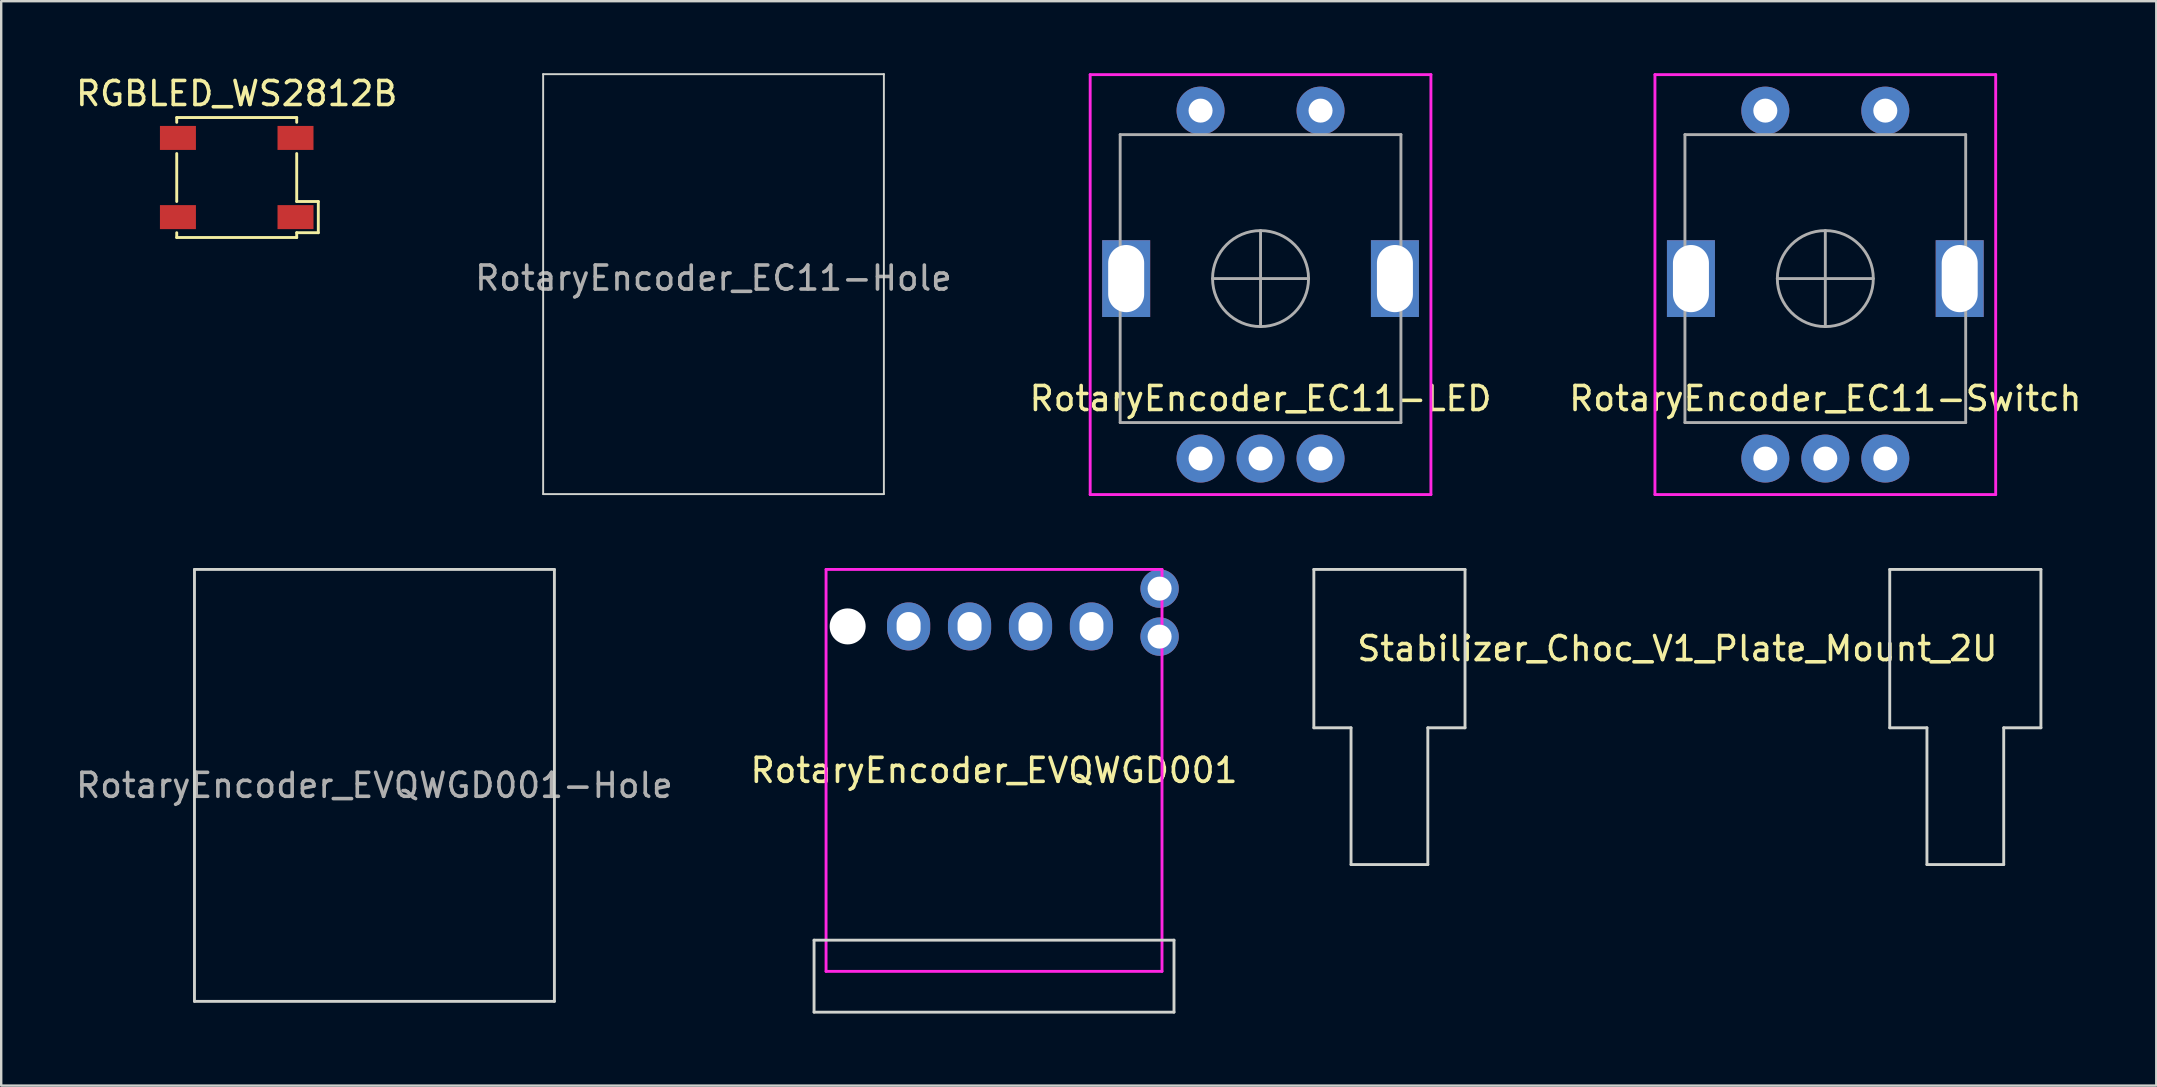
<source format=kicad_pcb>
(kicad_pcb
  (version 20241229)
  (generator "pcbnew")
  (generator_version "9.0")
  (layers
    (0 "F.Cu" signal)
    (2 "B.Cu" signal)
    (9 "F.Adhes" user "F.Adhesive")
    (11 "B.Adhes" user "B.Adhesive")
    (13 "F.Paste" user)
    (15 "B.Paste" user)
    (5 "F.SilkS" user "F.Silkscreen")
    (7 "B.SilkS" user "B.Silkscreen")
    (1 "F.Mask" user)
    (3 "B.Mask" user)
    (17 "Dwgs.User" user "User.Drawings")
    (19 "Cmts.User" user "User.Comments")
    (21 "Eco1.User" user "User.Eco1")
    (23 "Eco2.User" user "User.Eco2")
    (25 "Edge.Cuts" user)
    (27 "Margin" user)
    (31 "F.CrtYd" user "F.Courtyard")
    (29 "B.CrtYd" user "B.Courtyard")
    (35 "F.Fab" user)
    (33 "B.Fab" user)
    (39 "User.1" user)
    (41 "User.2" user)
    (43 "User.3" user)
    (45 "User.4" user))
  (footprint "RGBLED_WS2812B"
    (layer "F.Cu")
    (at 6.815 4.348)
    (property "Reference" "RGBLED_WS2812B" (at 0 -3.5 0) (layer "F.SilkS") (effects (font (size 1 1) (thickness 0.15))))
    (attr smd)
    (fp_line (start -2.5 -2.5) (end -2.5 -2.3) (stroke (width 0.12) (type solid)) (layer "F.SilkS"))
    (fp_line (start -2.5 -2.5) (end 2.5 -2.5) (stroke (width 0.12) (type solid)) (layer "F.SilkS"))
    (fp_line (start -2.5 -1) (end -2.5 1) (stroke (width 0.12) (type solid)) (layer "F.SilkS"))
    (fp_line (start -2.5 2.5) (end -2.5 2.3) (stroke (width 0.12) (type solid)) (layer "F.SilkS"))
    (fp_line (start 2.5 -2.5) (end 2.5 -2.3) (stroke (width 0.12) (type solid)) (layer "F.SilkS"))
    (fp_line (start 2.5 -1) (end 2.5 1) (stroke (width 0.12) (type solid)) (layer "F.SilkS"))
    (fp_line (start 2.5 1) (end 3.4 1) (stroke (width 0.12) (type solid)) (layer "F.SilkS"))
    (fp_line (start 2.5 2.5) (end -2.5 2.5) (stroke (width 0.12) (type solid)) (layer "F.SilkS"))
    (fp_line (start 2.5 2.5) (end 2.5 2.3) (stroke (width 0.12) (type solid)) (layer "F.SilkS"))
    (fp_line (start 3.4 1) (end 3.4 2.3) (stroke (width 0.12) (type solid)) (layer "F.SilkS"))
    (fp_line (start 3.4 2.3) (end 2.5 2.3) (stroke (width 0.12) (type solid)) (layer "F.SilkS"))
    (pad "1" smd rect (at -2.45 -1.65) (size 1.5 1) (layers "F.Cu" "F.Mask" "F.Paste"))
    (pad "2" smd rect (at -2.45 1.65) (size 1.5 1) (layers "F.Cu" "F.Mask" "F.Paste"))
    (pad "3" smd rect (at 2.45 1.65) (size 1.5 1) (layers "F.Cu" "F.Mask" "F.Paste"))
    (pad "4" smd rect (at 2.45 -1.65) (size 1.5 1) (layers "F.Cu" "F.Mask" "F.Paste")))
  (footprint "RotaryEncoder_EC11-Hole"
    (layer "F.Cu")
    (at 26.685 8.54)
    (property "Reference" "RotaryEncoder_EC11-Hole" (at 0 0 0) (layer "F.Fab") (effects (font (size 1 1) (thickness 0.15))))
    (attr through_hole)
    (fp_line (start -7.1 -8.5) (end 7.1 -8.5) (stroke (width 0.08) (type solid)) (layer "Edge.Cuts"))
    (fp_line (start -7.1 9) (end -7.1 -8.5) (stroke (width 0.08) (type solid)) (layer "Edge.Cuts"))
    (fp_line (start 7.1 -8.5) (end 7.1 9) (stroke (width 0.08) (type solid)) (layer "Edge.Cuts"))
    (fp_line (start 7.1 9) (end -7.1 9) (stroke (width 0.08) (type solid)) (layer "Edge.Cuts")))
  (footprint "RotaryEncoder_EC11-Switch"
    (layer "F.Cu")
    (at 73.018 8.56)
    (property "Reference" "RotaryEncoder_EC11-Switch" (at 0 5 0) (layer "F.SilkS") (effects (font (size 1 1) (thickness 0.15))))
    (attr through_hole)
    (fp_line (start -7.1 -8.5) (end 7.1 -8.5) (stroke (width 0.12) (type solid)) (layer "F.CrtYd"))
    (fp_line (start -7.1 9) (end -7.1 -8.5) (stroke (width 0.12) (type solid)) (layer "F.CrtYd"))
    (fp_line (start 7.1 -8.5) (end 7.1 9) (stroke (width 0.12) (type solid)) (layer "F.CrtYd"))
    (fp_line (start 7.1 9) (end -7.1 9) (stroke (width 0.12) (type solid)) (layer "F.CrtYd"))
    (fp_line (start -5.85 -6) (end 5.85 -6) (stroke (width 0.12) (type solid)) (layer "F.Fab"))
    (fp_line (start -5.85 6) (end -5.85 -6) (stroke (width 0.12) (type solid)) (layer "F.Fab"))
    (fp_line (start -2 0) (end 2 0) (stroke (width 0.12) (type solid)) (layer "F.Fab"))
    (fp_line (start 0 -2) (end 0 2) (stroke (width 0.12) (type solid)) (layer "F.Fab"))
    (fp_line (start 5.85 -6) (end 5.85 6) (stroke (width 0.12) (type solid)) (layer "F.Fab"))
    (fp_line (start 5.85 6) (end -5.85 6) (stroke (width 0.12) (type solid)) (layer "F.Fab"))
    (fp_circle (center 0 0) (end 2 0) (stroke (width 0.12) (type solid)) (fill no) (layer "F.Fab"))
    (pad "A" thru_hole circle (at -2.5 7.5) (size 2 2) (drill 1) (layers "*.Cu" "*.Mask"))
    (pad "B" thru_hole circle (at 2.5 7.5) (size 2 2) (drill 1) (layers "*.Cu" "*.Mask"))
    (pad "C" thru_hole circle (at 0 7.5) (size 2 2) (drill 1) (layers "*.Cu" "*.Mask"))
    (pad "MP" thru_hole rect (at -5.6 0) (size 2 3.2) (drill oval 1.5 2.8) (layers "*.Cu" "*.Mask"))
    (pad "MP" thru_hole rect (at 5.6 0) (size 2 3.2) (drill oval 1.5 2.8) (layers "*.Cu" "*.Mask"))
    (pad "S1" thru_hole circle (at -2.5 -7) (size 2 2) (drill 1) (layers "*.Cu" "*.Mask"))
    (pad "S2" thru_hole circle (at 2.5 -7) (size 2 2) (drill 1) (layers "*.Cu" "*.Mask")))
  (footprint "RotaryEncoder_EVQWGD001"
    (layer "F.Cu")
    (at 38.375 29.055)
    (property "Reference" "RotaryEncoder_EVQWGD001" (at 0 0 0) (layer "F.SilkS") (effects (font (size 1 1) (thickness 0.15))))
    (attr through_hole)
    (fp_line (start -7.5 7.075) (end 7.5 7.075) (stroke (width 0.12) (type solid)) (layer "Edge.Cuts"))
    (fp_line (start -7.5 10.075) (end -7.5 7.075) (stroke (width 0.12) (type solid)) (layer "Edge.Cuts"))
    (fp_line (start 7.5 7.075) (end 7.5 10.075) (stroke (width 0.12) (type solid)) (layer "Edge.Cuts"))
    (fp_line (start 7.5 10.075) (end -7.5 10.075) (stroke (width 0.12) (type solid)) (layer "Edge.Cuts"))
    (fp_line (start -7 -8.375) (end -7 8.375) (stroke (width 0.12) (type solid)) (layer "F.CrtYd"))
    (fp_line (start -7 8.375) (end 7 8.375) (stroke (width 0.12) (type solid)) (layer "F.CrtYd"))
    (fp_line (start 7 -8.375) (end -7 -8.375) (stroke (width 0.12) (type solid)) (layer "F.CrtYd"))
    (fp_line (start 7 8.375) (end 7 -8.375) (stroke (width 0.12) (type solid)) (layer "F.CrtYd"))
    (pad "" np_thru_hole circle (at -6.1 -6) (size 1.5 1.5) (drill 1.5) (layers "*.Cu" "*.Mask"))
    (pad "A" thru_hole oval (at 4.06 -6) (size 1.8 2) (drill oval 1 1.2) (layers "*.Cu" "*.Mask"))
    (pad "B" thru_hole oval (at 1.52 -6) (size 1.8 2) (drill oval 1 1.2) (layers "*.Cu" "*.Mask"))
    (pad "C" thru_hole oval (at -1.02 -6) (size 1.8 2) (drill oval 1 1.2) (layers "*.Cu" "*.Mask"))
    (pad "MP" thru_hole oval (at -3.56 -6) (size 1.8 2) (drill oval 1 1.2) (layers "*.Cu" "*.Mask"))
    (pad "S1" thru_hole circle (at 6.9 -7.575) (size 1.6 1.6) (drill 1) (layers "*.Cu" "*.Mask"))
    (pad "S2" thru_hole circle (at 6.9 -5.575) (size 1.6 1.6) (drill 1) (layers "*.Cu" "*.Mask")))
  (footprint "Stabilizer_Choc_V1_Plate_Mount_2U"
    (layer "F.Cu")
    (at 66.853 23.98)
    (property "Reference" "Stabilizer_Choc_V1_Plate_Mount_2U" (at 0 0 0) (layer "F.SilkS") (effects (font (size 1 1) (thickness 0.15))))
    (attr through_hole)
    (fp_line (start -15.15 -3.3) (end -15.15 3.3) (stroke (width 0.12) (type solid)) (layer "Edge.Cuts"))
    (fp_line (start -15.15 3.3) (end -13.6 3.3) (stroke (width 0.12) (type solid)) (layer "Edge.Cuts"))
    (fp_line (start -13.6 3.3) (end -13.6 9) (stroke (width 0.12) (type solid)) (layer "Edge.Cuts"))
    (fp_line (start -13.6 9) (end -10.4 9) (stroke (width 0.12) (type solid)) (layer "Edge.Cuts"))
    (fp_line (start -10.4 3.3) (end -8.85 3.3) (stroke (width 0.12) (type solid)) (layer "Edge.Cuts"))
    (fp_line (start -10.4 9) (end -10.4 3.3) (stroke (width 0.12) (type solid)) (layer "Edge.Cuts"))
    (fp_line (start -8.85 -3.3) (end -15.15 -3.3) (stroke (width 0.12) (type solid)) (layer "Edge.Cuts"))
    (fp_line (start -8.85 3.3) (end -8.85 -3.3) (stroke (width 0.12) (type solid)) (layer "Edge.Cuts"))
    (fp_line (start 8.85 -3.3) (end 15.15 -3.3) (stroke (width 0.12) (type solid)) (layer "Edge.Cuts"))
    (fp_line (start 8.85 3.3) (end 8.85 -3.3) (stroke (width 0.12) (type solid)) (layer "Edge.Cuts"))
    (fp_line (start 10.4 3.3) (end 8.85 3.3) (stroke (width 0.12) (type solid)) (layer "Edge.Cuts"))
    (fp_line (start 10.4 9) (end 10.4 3.3) (stroke (width 0.12) (type solid)) (layer "Edge.Cuts"))
    (fp_line (start 13.6 3.3) (end 13.6 9) (stroke (width 0.12) (type solid)) (layer "Edge.Cuts"))
    (fp_line (start 13.6 9) (end 10.4 9) (stroke (width 0.12) (type solid)) (layer "Edge.Cuts"))
    (fp_line (start 15.15 -3.3) (end 15.15 3.3) (stroke (width 0.12) (type solid)) (layer "Edge.Cuts"))
    (fp_line (start 15.15 3.3) (end 13.6 3.3) (stroke (width 0.12) (type solid)) (layer "Edge.Cuts")))
  (footprint "RotaryEncoder_EC11-LED"
    (layer "F.Cu")
    (at 49.482 8.56)
    (property "Reference" "RotaryEncoder_EC11-LED" (at 0 5 0) (layer "F.SilkS") (effects (font (size 1 1) (thickness 0.15))))
    (attr through_hole)
    (fp_line (start -7.1 -8.5) (end 7.1 -8.5) (stroke (width 0.12) (type solid)) (layer "F.CrtYd"))
    (fp_line (start -7.1 9) (end -7.1 -8.5) (stroke (width 0.12) (type solid)) (layer "F.CrtYd"))
    (fp_line (start 7.1 -8.5) (end 7.1 9) (stroke (width 0.12) (type solid)) (layer "F.CrtYd"))
    (fp_line (start 7.1 9) (end -7.1 9) (stroke (width 0.12) (type solid)) (layer "F.CrtYd"))
    (fp_line (start -5.85 -6) (end 5.85 -6) (stroke (width 0.12) (type solid)) (layer "F.Fab"))
    (fp_line (start -5.85 6) (end -5.85 -6) (stroke (width 0.12) (type solid)) (layer "F.Fab"))
    (fp_line (start -2 0) (end 2 0) (stroke (width 0.12) (type solid)) (layer "F.Fab"))
    (fp_line (start 0 -2) (end 0 2) (stroke (width 0.12) (type solid)) (layer "F.Fab"))
    (fp_line (start 5.85 -6) (end 5.85 6) (stroke (width 0.12) (type solid)) (layer "F.Fab"))
    (fp_line (start 5.85 6) (end -5.85 6) (stroke (width 0.12) (type solid)) (layer "F.Fab"))
    (fp_circle (center 0 0) (end 2 0) (stroke (width 0.12) (type solid)) (fill no) (layer "F.Fab"))
    (pad "+" thru_hole circle (at -2.5 -7) (size 2 2) (drill 1) (layers "*.Cu" "*.Mask"))
    (pad "-" thru_hole circle (at 2.5 -7) (size 2 2) (drill 1) (layers "*.Cu" "*.Mask"))
    (pad "A" thru_hole circle (at -2.5 7.5) (size 2 2) (drill 1) (layers "*.Cu" "*.Mask"))
    (pad "B" thru_hole circle (at 2.5 7.5) (size 2 2) (drill 1) (layers "*.Cu" "*.Mask"))
    (pad "C" thru_hole circle (at 0 7.5) (size 2 2) (drill 1) (layers "*.Cu" "*.Mask"))
    (pad "MP" thru_hole rect (at -5.6 0) (size 2 3.2) (drill oval 1.5 2.8) (layers "*.Cu" "*.Mask"))
    (pad "MP" thru_hole rect (at 5.6 0) (size 2 3.2) (drill oval 1.5 2.8) (layers "*.Cu" "*.Mask")))
  (footprint "RotaryEncoder_EVQWGD001-Hole"
    (layer "F.Cu")
    (at 12.554 29.68)
    (property "Reference" "RotaryEncoder_EVQWGD001-Hole" (at 0 0 0) (layer "F.Fab") (effects (font (size 1 1) (thickness 0.15))))
    (attr through_hole)
    (fp_line (start -7.5 -9) (end 7.5 -9) (stroke (width 0.12) (type solid)) (layer "Edge.Cuts"))
    (fp_line (start -7.5 9) (end -7.5 -9) (stroke (width 0.12) (type solid)) (layer "Edge.Cuts"))
    (fp_line (start 7.5 -9) (end 7.5 9) (stroke (width 0.12) (type solid)) (layer "Edge.Cuts"))
    (fp_line (start 7.5 9) (end -7.5 9) (stroke (width 0.12) (type solid)) (layer "Edge.Cuts")))
  (gr_rect
    (start -3 -3)
    (end 86.81 42.19)
    (stroke (width 0.1) (type default))
    (fill no)
    (layer "Edge.Cuts")))
</source>
